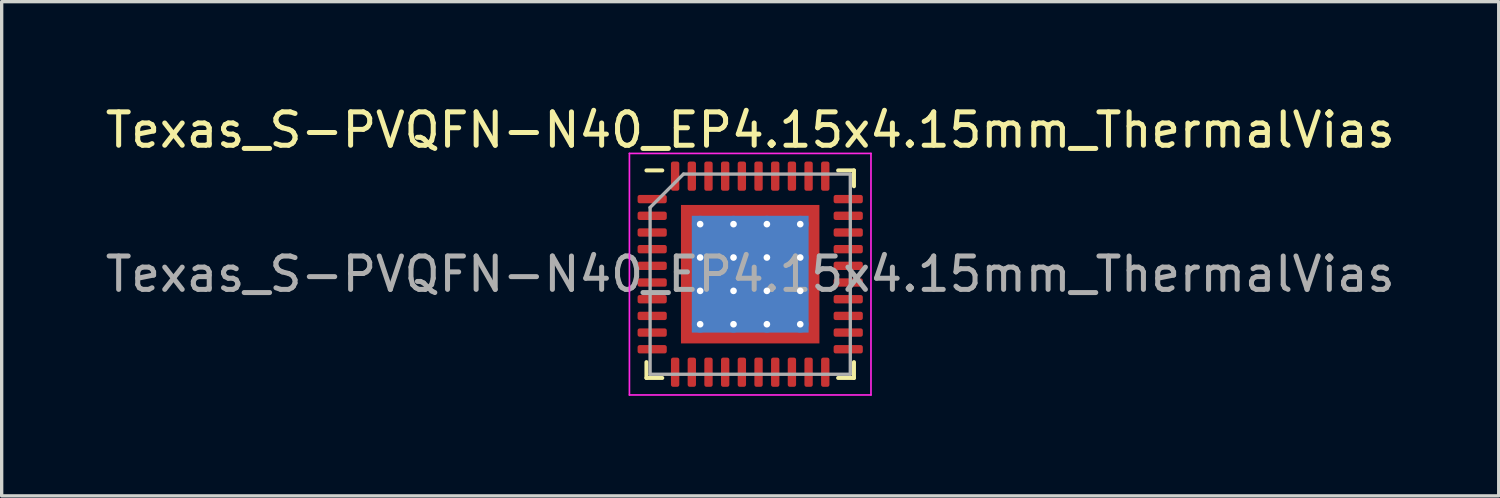
<source format=kicad_pcb>
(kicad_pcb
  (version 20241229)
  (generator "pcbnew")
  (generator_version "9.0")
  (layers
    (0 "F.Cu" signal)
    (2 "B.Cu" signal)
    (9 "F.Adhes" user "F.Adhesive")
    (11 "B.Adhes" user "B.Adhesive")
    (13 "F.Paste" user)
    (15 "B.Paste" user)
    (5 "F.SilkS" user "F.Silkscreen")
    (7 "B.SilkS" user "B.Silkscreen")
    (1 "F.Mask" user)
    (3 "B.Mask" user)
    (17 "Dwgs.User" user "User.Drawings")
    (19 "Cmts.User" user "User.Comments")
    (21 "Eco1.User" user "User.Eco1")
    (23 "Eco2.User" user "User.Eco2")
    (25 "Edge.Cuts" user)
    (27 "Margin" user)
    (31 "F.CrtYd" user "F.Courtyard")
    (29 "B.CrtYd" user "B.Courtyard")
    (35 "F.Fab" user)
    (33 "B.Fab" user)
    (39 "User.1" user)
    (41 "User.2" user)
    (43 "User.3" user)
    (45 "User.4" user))
  (footprint "Texas_S-PVQFN-N40_EP4.15x4.15mm_ThermalVias"
    (layer "F.Cu")
    (at 19.435 5.168)
    (property "Reference" "Texas_S-PVQFN-N40_EP4.15x4.15mm_ThermalVias" (at 0 -4.32 0) (layer "F.SilkS") (effects (font (size 1 1) (thickness 0.15))))
    (attr smd)
    (fp_line (start -3.11 3.11) (end -3.11 2.635) (stroke (width 0.12) (type solid)) (layer "F.SilkS"))
    (fp_line (start -2.635 -3.11) (end -3.11 -3.11) (stroke (width 0.12) (type solid)) (layer "F.SilkS"))
    (fp_line (start -2.635 3.11) (end -3.11 3.11) (stroke (width 0.12) (type solid)) (layer "F.SilkS"))
    (fp_line (start 2.635 -3.11) (end 3.11 -3.11) (stroke (width 0.12) (type solid)) (layer "F.SilkS"))
    (fp_line (start 2.635 3.11) (end 3.11 3.11) (stroke (width 0.12) (type solid)) (layer "F.SilkS"))
    (fp_line (start 3.11 -3.11) (end 3.11 -2.635) (stroke (width 0.12) (type solid)) (layer "F.SilkS"))
    (fp_line (start 3.11 3.11) (end 3.11 2.635) (stroke (width 0.12) (type solid)) (layer "F.SilkS"))
    (fp_line (start -3.62 -3.62) (end -3.62 3.62) (stroke (width 0.05) (type solid)) (layer "F.CrtYd"))
    (fp_line (start -3.62 3.62) (end 3.62 3.62) (stroke (width 0.05) (type solid)) (layer "F.CrtYd"))
    (fp_line (start 3.62 -3.62) (end -3.62 -3.62) (stroke (width 0.05) (type solid)) (layer "F.CrtYd"))
    (fp_line (start 3.62 3.62) (end 3.62 -3.62) (stroke (width 0.05) (type solid)) (layer "F.CrtYd"))
    (fp_line (start -3 -2) (end -2 -3) (stroke (width 0.1) (type solid)) (layer "F.Fab"))
    (fp_line (start -3 3) (end -3 -2) (stroke (width 0.1) (type solid)) (layer "F.Fab"))
    (fp_line (start -2 -3) (end 3 -3) (stroke (width 0.1) (type solid)) (layer "F.Fab"))
    (fp_line (start 3 -3) (end 3 3) (stroke (width 0.1) (type solid)) (layer "F.Fab"))
    (fp_line (start 3 3) (end -3 3) (stroke (width 0.1) (type solid)) (layer "F.Fab"))
    (fp_text user "${REFERENCE}" (at 0 0 0) (layer "F.Fab") (effects (font (size 1 1) (thickness 0.15))))
    (pad "" smd custom (at -1.788 -1.788) (size 0.342 0.342) (layers "F.Paste") (options (anchor circle)) (primitives (gr_poly (pts (xy -0.116 -0.116) (xy 0.116 -0.116) (xy 0.116 0.012) (xy 0.012 0.116) (xy -0.116 0.116)) (width 0.232) (fill yes))))
    (pad "" smd custom (at -1.788 -1) (size 0.371 0.371) (layers "F.Paste") (options (anchor circle)) (primitives (gr_poly (pts (xy -0.14 -0.311) (xy 0.063 -0.311) (xy 0.14 -0.235) (xy 0.14 0.235) (xy 0.063 0.311) (xy -0.14 0.311)) (width 0.184) (fill yes))))
    (pad "" smd custom (at -1.788 0) (size 0.371 0.371) (layers "F.Paste") (options (anchor circle)) (primitives (gr_poly (pts (xy -0.14 -0.311) (xy 0.063 -0.311) (xy 0.14 -0.235) (xy 0.14 0.235) (xy 0.063 0.311) (xy -0.14 0.311)) (width 0.184) (fill yes))))
    (pad "" smd custom (at -1.788 1) (size 0.371 0.371) (layers "F.Paste") (options (anchor circle)) (primitives (gr_poly (pts (xy -0.14 -0.311) (xy 0.063 -0.311) (xy 0.14 -0.235) (xy 0.14 0.235) (xy 0.063 0.311) (xy -0.14 0.311)) (width 0.184) (fill yes))))
    (pad "" smd custom (at -1.788 1.788) (size 0.342 0.342) (layers "F.Paste") (options (anchor circle)) (primitives (gr_poly (pts (xy -0.116 -0.116) (xy 0.012 -0.116) (xy 0.116 -0.012) (xy 0.116 0.116) (xy -0.116 0.116)) (width 0.232) (fill yes))))
    (pad "" smd custom (at -1 -1.788) (size 0.371 0.371) (layers "F.Paste") (options (anchor circle)) (primitives (gr_poly (pts (xy -0.311 -0.14) (xy 0.311 -0.14) (xy 0.311 0.063) (xy 0.235 0.14) (xy -0.235 0.14) (xy -0.311 0.063)) (width 0.184) (fill yes))))
    (pad "" smd roundrect (at -1 -1) (size 0.806 0.806) (layers "F.Paste") (roundrect_rratio 0.25))
    (pad "" smd roundrect (at -1 0) (size 0.806 0.806) (layers "F.Paste") (roundrect_rratio 0.25))
    (pad "" smd roundrect (at -1 1) (size 0.806 0.806) (layers "F.Paste") (roundrect_rratio 0.25))
    (pad "" smd custom (at -1 1.788) (size 0.371 0.371) (layers "F.Paste") (options (anchor circle)) (primitives (gr_poly (pts (xy -0.311 -0.063) (xy -0.235 -0.14) (xy 0.235 -0.14) (xy 0.311 -0.063) (xy 0.311 0.14) (xy -0.311 0.14)) (width 0.184) (fill yes))))
    (pad "" smd custom (at 0 -1.788) (size 0.371 0.371) (layers "F.Paste") (options (anchor circle)) (primitives (gr_poly (pts (xy -0.311 -0.14) (xy 0.311 -0.14) (xy 0.311 0.063) (xy 0.235 0.14) (xy -0.235 0.14) (xy -0.311 0.063)) (width 0.184) (fill yes))))
    (pad "" smd roundrect (at 0 -1) (size 0.806 0.806) (layers "F.Paste") (roundrect_rratio 0.25))
    (pad "" smd roundrect (at 0 0) (size 0.806 0.806) (layers "F.Paste") (roundrect_rratio 0.25))
    (pad "" smd roundrect (at 0 1) (size 0.806 0.806) (layers "F.Paste") (roundrect_rratio 0.25))
    (pad "" smd custom (at 0 1.788) (size 0.371 0.371) (layers "F.Paste") (options (anchor circle)) (primitives (gr_poly (pts (xy -0.311 -0.063) (xy -0.235 -0.14) (xy 0.235 -0.14) (xy 0.311 -0.063) (xy 0.311 0.14) (xy -0.311 0.14)) (width 0.184) (fill yes))))
    (pad "" smd custom (at 1 -1.788) (size 0.371 0.371) (layers "F.Paste") (options (anchor circle)) (primitives (gr_poly (pts (xy -0.311 -0.14) (xy 0.311 -0.14) (xy 0.311 0.063) (xy 0.235 0.14) (xy -0.235 0.14) (xy -0.311 0.063)) (width 0.184) (fill yes))))
    (pad "" smd roundrect (at 1 -1) (size 0.806 0.806) (layers "F.Paste") (roundrect_rratio 0.25))
    (pad "" smd roundrect (at 1 0) (size 0.806 0.806) (layers "F.Paste") (roundrect_rratio 0.25))
    (pad "" smd roundrect (at 1 1) (size 0.806 0.806) (layers "F.Paste") (roundrect_rratio 0.25))
    (pad "" smd custom (at 1 1.788) (size 0.371 0.371) (layers "F.Paste") (options (anchor circle)) (primitives (gr_poly (pts (xy -0.311 -0.063) (xy -0.235 -0.14) (xy 0.235 -0.14) (xy 0.311 -0.063) (xy 0.311 0.14) (xy -0.311 0.14)) (width 0.184) (fill yes))))
    (pad "" smd custom (at 1.788 -1.788) (size 0.342 0.342) (layers "F.Paste") (options (anchor circle)) (primitives (gr_poly (pts (xy -0.116 -0.116) (xy 0.116 -0.116) (xy 0.116 0.116) (xy -0.012 0.116) (xy -0.116 0.012)) (width 0.232) (fill yes))))
    (pad "" smd custom (at 1.788 -1) (size 0.371 0.371) (layers "F.Paste") (options (anchor circle)) (primitives (gr_poly (pts (xy -0.14 -0.235) (xy -0.063 -0.311) (xy 0.14 -0.311) (xy 0.14 0.311) (xy -0.063 0.311) (xy -0.14 0.235)) (width 0.184) (fill yes))))
    (pad "" smd custom (at 1.788 0) (size 0.371 0.371) (layers "F.Paste") (options (anchor circle)) (primitives (gr_poly (pts (xy -0.14 -0.235) (xy -0.063 -0.311) (xy 0.14 -0.311) (xy 0.14 0.311) (xy -0.063 0.311) (xy -0.14 0.235)) (width 0.184) (fill yes))))
    (pad "" smd custom (at 1.788 1) (size 0.371 0.371) (layers "F.Paste") (options (anchor circle)) (primitives (gr_poly (pts (xy -0.14 -0.235) (xy -0.063 -0.311) (xy 0.14 -0.311) (xy 0.14 0.311) (xy -0.063 0.311) (xy -0.14 0.235)) (width 0.184) (fill yes))))
    (pad "" smd custom (at 1.788 1.788) (size 0.342 0.342) (layers "F.Paste") (options (anchor circle)) (primitives (gr_poly (pts (xy -0.116 -0.012) (xy -0.012 -0.116) (xy 0.116 -0.116) (xy 0.116 0.116) (xy -0.116 0.116)) (width 0.232) (fill yes))))
    (pad "1" smd roundrect (at -2.938 -2.25) (size 0.875 0.25) (layers "F.Cu" "F.Mask" "F.Paste") (roundrect_rratio 0.25))
    (pad "2" smd roundrect (at -2.938 -1.75) (size 0.875 0.25) (layers "F.Cu" "F.Mask" "F.Paste") (roundrect_rratio 0.25))
    (pad "3" smd roundrect (at -2.938 -1.25) (size 0.875 0.25) (layers "F.Cu" "F.Mask" "F.Paste") (roundrect_rratio 0.25))
    (pad "4" smd roundrect (at -2.938 -0.75) (size 0.875 0.25) (layers "F.Cu" "F.Mask" "F.Paste") (roundrect_rratio 0.25))
    (pad "5" smd roundrect (at -2.938 -0.25) (size 0.875 0.25) (layers "F.Cu" "F.Mask" "F.Paste") (roundrect_rratio 0.25))
    (pad "6" smd roundrect (at -2.938 0.25) (size 0.875 0.25) (layers "F.Cu" "F.Mask" "F.Paste") (roundrect_rratio 0.25))
    (pad "7" smd roundrect (at -2.938 0.75) (size 0.875 0.25) (layers "F.Cu" "F.Mask" "F.Paste") (roundrect_rratio 0.25))
    (pad "8" smd roundrect (at -2.938 1.25) (size 0.875 0.25) (layers "F.Cu" "F.Mask" "F.Paste") (roundrect_rratio 0.25))
    (pad "9" smd roundrect (at -2.938 1.75) (size 0.875 0.25) (layers "F.Cu" "F.Mask" "F.Paste") (roundrect_rratio 0.25))
    (pad "10" smd roundrect (at -2.938 2.25) (size 0.875 0.25) (layers "F.Cu" "F.Mask" "F.Paste") (roundrect_rratio 0.25))
    (pad "11" smd roundrect (at -2.25 2.938) (size 0.25 0.875) (layers "F.Cu" "F.Mask" "F.Paste") (roundrect_rratio 0.25))
    (pad "12" smd roundrect (at -1.75 2.938) (size 0.25 0.875) (layers "F.Cu" "F.Mask" "F.Paste") (roundrect_rratio 0.25))
    (pad "13" smd roundrect (at -1.25 2.938) (size 0.25 0.875) (layers "F.Cu" "F.Mask" "F.Paste") (roundrect_rratio 0.25))
    (pad "14" smd roundrect (at -0.75 2.938) (size 0.25 0.875) (layers "F.Cu" "F.Mask" "F.Paste") (roundrect_rratio 0.25))
    (pad "15" smd roundrect (at -0.25 2.938) (size 0.25 0.875) (layers "F.Cu" "F.Mask" "F.Paste") (roundrect_rratio 0.25))
    (pad "16" smd roundrect (at 0.25 2.938) (size 0.25 0.875) (layers "F.Cu" "F.Mask" "F.Paste") (roundrect_rratio 0.25))
    (pad "17" smd roundrect (at 0.75 2.938) (size 0.25 0.875) (layers "F.Cu" "F.Mask" "F.Paste") (roundrect_rratio 0.25))
    (pad "18" smd roundrect (at 1.25 2.938) (size 0.25 0.875) (layers "F.Cu" "F.Mask" "F.Paste") (roundrect_rratio 0.25))
    (pad "19" smd roundrect (at 1.75 2.938) (size 0.25 0.875) (layers "F.Cu" "F.Mask" "F.Paste") (roundrect_rratio 0.25))
    (pad "20" smd roundrect (at 2.25 2.938) (size 0.25 0.875) (layers "F.Cu" "F.Mask" "F.Paste") (roundrect_rratio 0.25))
    (pad "21" smd roundrect (at 2.938 2.25) (size 0.875 0.25) (layers "F.Cu" "F.Mask" "F.Paste") (roundrect_rratio 0.25))
    (pad "22" smd roundrect (at 2.938 1.75) (size 0.875 0.25) (layers "F.Cu" "F.Mask" "F.Paste") (roundrect_rratio 0.25))
    (pad "23" smd roundrect (at 2.938 1.25) (size 0.875 0.25) (layers "F.Cu" "F.Mask" "F.Paste") (roundrect_rratio 0.25))
    (pad "24" smd roundrect (at 2.938 0.75) (size 0.875 0.25) (layers "F.Cu" "F.Mask" "F.Paste") (roundrect_rratio 0.25))
    (pad "25" smd roundrect (at 2.938 0.25) (size 0.875 0.25) (layers "F.Cu" "F.Mask" "F.Paste") (roundrect_rratio 0.25))
    (pad "26" smd roundrect (at 2.938 -0.25) (size 0.875 0.25) (layers "F.Cu" "F.Mask" "F.Paste") (roundrect_rratio 0.25))
    (pad "27" smd roundrect (at 2.938 -0.75) (size 0.875 0.25) (layers "F.Cu" "F.Mask" "F.Paste") (roundrect_rratio 0.25))
    (pad "28" smd roundrect (at 2.938 -1.25) (size 0.875 0.25) (layers "F.Cu" "F.Mask" "F.Paste") (roundrect_rratio 0.25))
    (pad "29" smd roundrect (at 2.938 -1.75) (size 0.875 0.25) (layers "F.Cu" "F.Mask" "F.Paste") (roundrect_rratio 0.25))
    (pad "30" smd roundrect (at 2.938 -2.25) (size 0.875 0.25) (layers "F.Cu" "F.Mask" "F.Paste") (roundrect_rratio 0.25))
    (pad "31" smd roundrect (at 2.25 -2.938) (size 0.25 0.875) (layers "F.Cu" "F.Mask" "F.Paste") (roundrect_rratio 0.25))
    (pad "32" smd roundrect (at 1.75 -2.938) (size 0.25 0.875) (layers "F.Cu" "F.Mask" "F.Paste") (roundrect_rratio 0.25))
    (pad "33" smd roundrect (at 1.25 -2.938) (size 0.25 0.875) (layers "F.Cu" "F.Mask" "F.Paste") (roundrect_rratio 0.25))
    (pad "34" smd roundrect (at 0.75 -2.938) (size 0.25 0.875) (layers "F.Cu" "F.Mask" "F.Paste") (roundrect_rratio 0.25))
    (pad "35" smd roundrect (at 0.25 -2.938) (size 0.25 0.875) (layers "F.Cu" "F.Mask" "F.Paste") (roundrect_rratio 0.25))
    (pad "36" smd roundrect (at -0.25 -2.938) (size 0.25 0.875) (layers "F.Cu" "F.Mask" "F.Paste") (roundrect_rratio 0.25))
    (pad "37" smd roundrect (at -0.75 -2.938) (size 0.25 0.875) (layers "F.Cu" "F.Mask" "F.Paste") (roundrect_rratio 0.25))
    (pad "38" smd roundrect (at -1.25 -2.938) (size 0.25 0.875) (layers "F.Cu" "F.Mask" "F.Paste") (roundrect_rratio 0.25))
    (pad "39" smd roundrect (at -1.75 -2.938) (size 0.25 0.875) (layers "F.Cu" "F.Mask" "F.Paste") (roundrect_rratio 0.25))
    (pad "40" smd roundrect (at -2.25 -2.938) (size 0.25 0.875) (layers "F.Cu" "F.Mask" "F.Paste") (roundrect_rratio 0.25))
    (pad "41" thru_hole circle (at -1.5 -1.5) (size 0.5 0.5) (drill 0.2) (layers "*.Cu"))
    (pad "41" thru_hole circle (at -1.5 -0.5) (size 0.5 0.5) (drill 0.2) (layers "*.Cu"))
    (pad "41" thru_hole circle (at -1.5 0.5) (size 0.5 0.5) (drill 0.2) (layers "*.Cu"))
    (pad "41" thru_hole circle (at -1.5 1.5) (size 0.5 0.5) (drill 0.2) (layers "*.Cu"))
    (pad "41" thru_hole circle (at -0.5 -1.5) (size 0.5 0.5) (drill 0.2) (layers "*.Cu"))
    (pad "41" thru_hole circle (at -0.5 -0.5) (size 0.5 0.5) (drill 0.2) (layers "*.Cu"))
    (pad "41" thru_hole circle (at -0.5 0.5) (size 0.5 0.5) (drill 0.2) (layers "*.Cu"))
    (pad "41" thru_hole circle (at -0.5 1.5) (size 0.5 0.5) (drill 0.2) (layers "*.Cu"))
    (pad "41" smd rect (at 0 0) (size 3.5 3.5) (layers "B.Cu"))
    (pad "41" smd rect (at 0 0) (size 4.15 4.15) (layers "F.Cu" "F.Mask"))
    (pad "41" thru_hole circle (at 0.5 -1.5) (size 0.5 0.5) (drill 0.2) (layers "*.Cu"))
    (pad "41" thru_hole circle (at 0.5 -0.5) (size 0.5 0.5) (drill 0.2) (layers "*.Cu"))
    (pad "41" thru_hole circle (at 0.5 0.5) (size 0.5 0.5) (drill 0.2) (layers "*.Cu"))
    (pad "41" thru_hole circle (at 0.5 1.5) (size 0.5 0.5) (drill 0.2) (layers "*.Cu"))
    (pad "41" thru_hole circle (at 1.5 -1.5) (size 0.5 0.5) (drill 0.2) (layers "*.Cu"))
    (pad "41" thru_hole circle (at 1.5 -0.5) (size 0.5 0.5) (drill 0.2) (layers "*.Cu"))
    (pad "41" thru_hole circle (at 1.5 0.5) (size 0.5 0.5) (drill 0.2) (layers "*.Cu"))
    (pad "41" thru_hole circle (at 1.5 1.5) (size 0.5 0.5) (drill 0.2) (layers "*.Cu")))
  (gr_rect
    (start -3 -3)
    (end 41.869 11.813)
    (stroke (width 0.1) (type default))
    (fill no)
    (layer "Edge.Cuts")))
</source>
